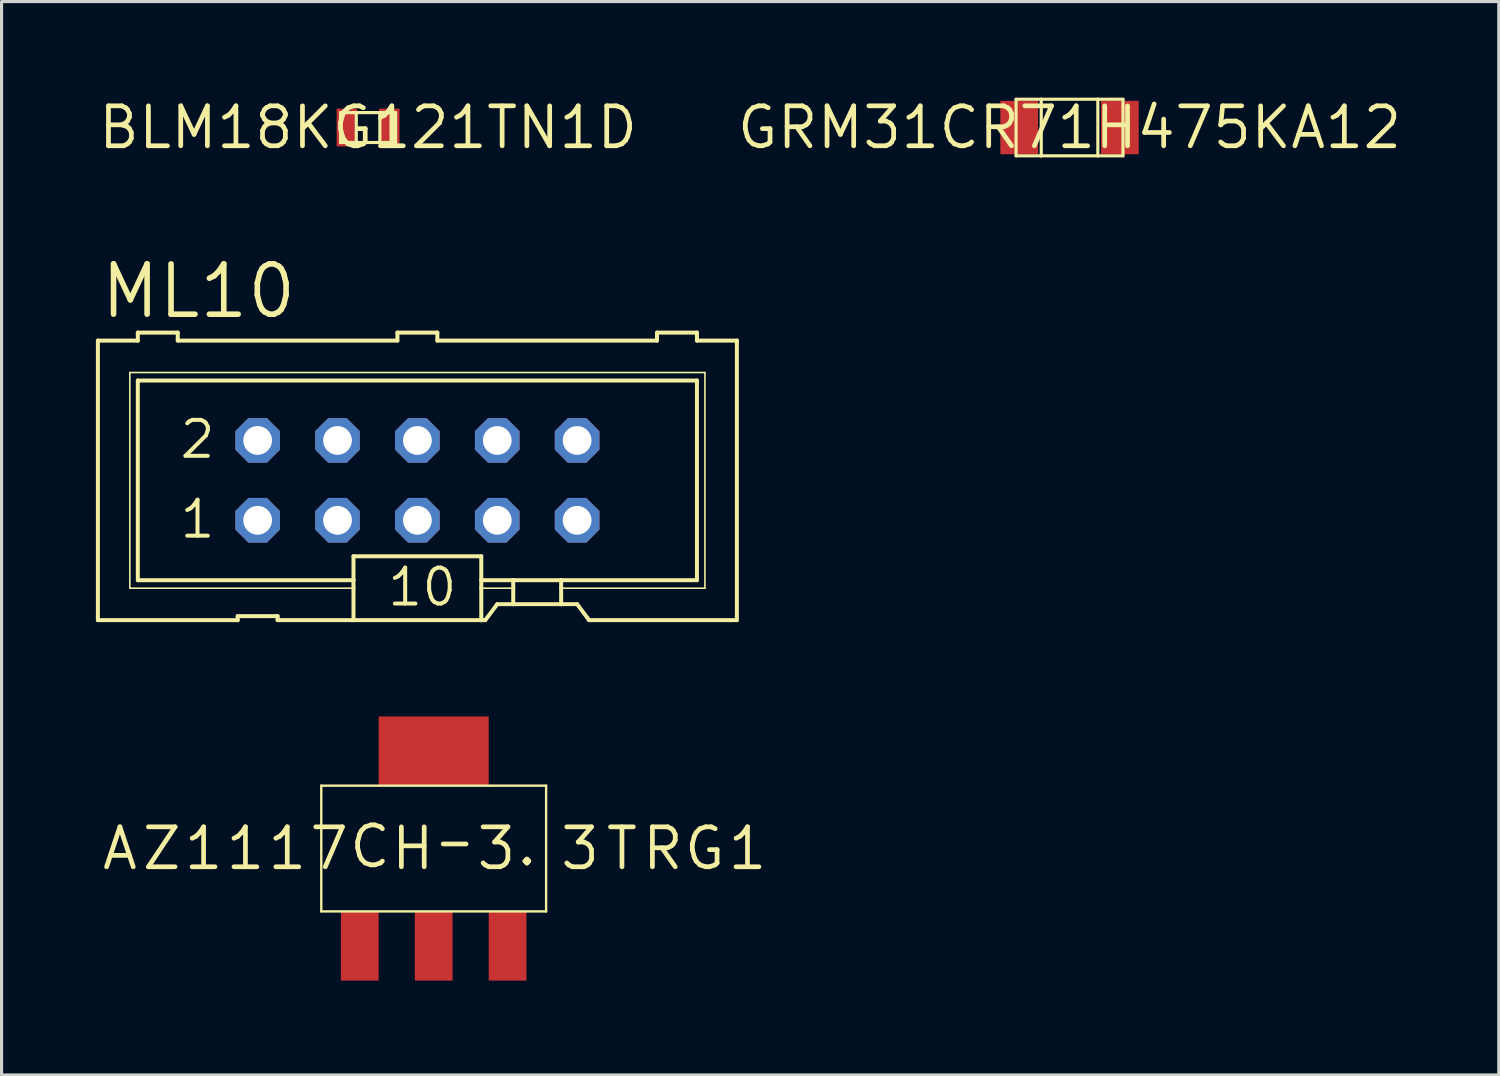
<source format=kicad_pcb>
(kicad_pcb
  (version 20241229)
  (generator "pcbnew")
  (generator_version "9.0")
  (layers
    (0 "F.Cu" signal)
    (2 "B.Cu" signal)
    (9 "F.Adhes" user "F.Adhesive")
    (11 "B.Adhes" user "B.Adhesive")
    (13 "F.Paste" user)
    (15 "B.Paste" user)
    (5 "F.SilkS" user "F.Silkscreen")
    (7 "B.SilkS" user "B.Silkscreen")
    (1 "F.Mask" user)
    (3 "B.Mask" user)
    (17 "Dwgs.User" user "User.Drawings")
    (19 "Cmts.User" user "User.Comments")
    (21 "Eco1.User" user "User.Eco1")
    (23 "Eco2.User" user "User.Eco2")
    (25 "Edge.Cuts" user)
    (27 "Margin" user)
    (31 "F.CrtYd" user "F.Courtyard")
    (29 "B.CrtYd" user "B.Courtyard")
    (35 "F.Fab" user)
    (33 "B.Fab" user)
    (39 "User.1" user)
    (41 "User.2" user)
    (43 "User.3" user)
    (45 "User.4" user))
  (footprint "ＡＺ１１１７ＣＨ－３．３ＴＲＧ１"
    (layer "F.Cu")
    (at 10.742 23.934)
    (property "Reference" "ＡＺ１１１７ＣＨ－３．３ＴＲＧ１" (at 0 0 0) (layer "F.SilkS") (effects (font (size 1.27 1.27) (thickness 0.15))))
    (fp_line (start -3.575 -2) (end 3.575 -2) (stroke (width 0.076) (type solid)) (layer "F.SilkS"))
    (fp_line (start -3.575 2) (end -3.575 -2) (stroke (width 0.076) (type solid)) (layer "F.SilkS"))
    (fp_line (start 3.575 -2) (end 3.575 2) (stroke (width 0.076) (type solid)) (layer "F.SilkS"))
    (fp_line (start 3.575 2) (end -3.575 2) (stroke (width 0.076) (type solid)) (layer "F.SilkS"))
    (pad "ADJ/GND" smd rect (at -2.35 3.1 90) (size 2.2 1.2) (layers "F.Cu" "F.Mask" "F.Paste"))
    (pad "INPUT" smd rect (at 2.35 3.1 90) (size 2.2 1.2) (layers "F.Cu" "F.Mask" "F.Paste"))
    (pad "OUTPUT" smd rect (at 0 3.1 90) (size 2.2 1.2) (layers "F.Cu" "F.Mask" "F.Paste"))
    (pad "VOUT" smd rect (at 0 -3.1) (size 3.5 2.2) (layers "F.Cu" "F.Mask" "F.Paste")))
  (footprint "ML10"
    (layer "F.Cu")
    (at 10.223 12.226)
    (property "Reference" "ML10" (at -10.16 -5.08 0) (layer "F.SilkS") (effects (font (size 1.6 1.6) (thickness 0.178)) (justify left bottom)))
    (fp_line (start -10.16 -4.445) (end -10.16 4.445) (stroke (width 0.127) (type solid)) (layer "F.SilkS"))
    (fp_line (start -10.16 -4.445) (end -8.89 -4.445) (stroke (width 0.127) (type solid)) (layer "F.SilkS"))
    (fp_line (start -9.144 -3.429) (end -9.144 3.429) (stroke (width 0.051) (type solid)) (layer "F.SilkS"))
    (fp_line (start -9.144 3.429) (end -2.032 3.429) (stroke (width 0.051) (type solid)) (layer "F.SilkS"))
    (fp_line (start -8.89 -4.699) (end -8.89 -4.445) (stroke (width 0.127) (type solid)) (layer "F.SilkS"))
    (fp_line (start -8.89 -3.175) (end -8.89 3.175) (stroke (width 0.127) (type solid)) (layer "F.SilkS"))
    (fp_line (start -8.89 -3.175) (end 8.89 -3.175) (stroke (width 0.127) (type solid)) (layer "F.SilkS"))
    (fp_line (start -7.62 -4.699) (end -8.89 -4.699) (stroke (width 0.127) (type solid)) (layer "F.SilkS"))
    (fp_line (start -7.62 -4.699) (end -7.62 -4.445) (stroke (width 0.127) (type solid)) (layer "F.SilkS"))
    (fp_line (start -7.62 -4.445) (end -0.635 -4.445) (stroke (width 0.127) (type solid)) (layer "F.SilkS"))
    (fp_line (start -5.715 4.445) (end -10.16 4.445) (stroke (width 0.127) (type solid)) (layer "F.SilkS"))
    (fp_line (start -5.715 4.445) (end -5.715 4.318) (stroke (width 0.127) (type solid)) (layer "F.SilkS"))
    (fp_line (start -4.445 4.318) (end -5.715 4.318) (stroke (width 0.127) (type solid)) (layer "F.SilkS"))
    (fp_line (start -4.445 4.318) (end -4.445 4.445) (stroke (width 0.127) (type solid)) (layer "F.SilkS"))
    (fp_line (start -2.032 3.175) (end -8.89 3.175) (stroke (width 0.127) (type solid)) (layer "F.SilkS"))
    (fp_line (start -2.032 3.175) (end -2.032 2.413) (stroke (width 0.127) (type solid)) (layer "F.SilkS"))
    (fp_line (start -2.032 3.175) (end -2.032 3.429) (stroke (width 0.127) (type solid)) (layer "F.SilkS"))
    (fp_line (start -2.032 3.429) (end -2.032 4.445) (stroke (width 0.127) (type solid)) (layer "F.SilkS"))
    (fp_line (start -2.032 4.445) (end -4.445 4.445) (stroke (width 0.127) (type solid)) (layer "F.SilkS"))
    (fp_line (start -0.635 -4.699) (end -0.635 -4.445) (stroke (width 0.127) (type solid)) (layer "F.SilkS"))
    (fp_line (start 0.635 -4.699) (end -0.635 -4.699) (stroke (width 0.127) (type solid)) (layer "F.SilkS"))
    (fp_line (start 0.635 -4.699) (end 0.635 -4.445) (stroke (width 0.127) (type solid)) (layer "F.SilkS"))
    (fp_line (start 0.635 -4.445) (end 7.62 -4.445) (stroke (width 0.127) (type solid)) (layer "F.SilkS"))
    (fp_line (start 2.032 2.413) (end -2.032 2.413) (stroke (width 0.127) (type solid)) (layer "F.SilkS"))
    (fp_line (start 2.032 2.413) (end 2.032 3.175) (stroke (width 0.127) (type solid)) (layer "F.SilkS"))
    (fp_line (start 2.032 3.175) (end 2.032 3.429) (stroke (width 0.127) (type solid)) (layer "F.SilkS"))
    (fp_line (start 2.032 3.429) (end 2.032 4.445) (stroke (width 0.127) (type solid)) (layer "F.SilkS"))
    (fp_line (start 2.032 4.445) (end -2.032 4.445) (stroke (width 0.127) (type solid)) (layer "F.SilkS"))
    (fp_line (start 2.159 4.445) (end 2.032 4.445) (stroke (width 0.127) (type solid)) (layer "F.SilkS"))
    (fp_line (start 2.159 4.445) (end 2.54 3.937) (stroke (width 0.127) (type solid)) (layer "F.SilkS"))
    (fp_line (start 3.048 3.175) (end 2.032 3.175) (stroke (width 0.127) (type solid)) (layer "F.SilkS"))
    (fp_line (start 3.048 3.175) (end 3.048 3.429) (stroke (width 0.127) (type solid)) (layer "F.SilkS"))
    (fp_line (start 3.048 3.429) (end 2.032 3.429) (stroke (width 0.051) (type solid)) (layer "F.SilkS"))
    (fp_line (start 3.048 3.429) (end 3.048 3.937) (stroke (width 0.127) (type solid)) (layer "F.SilkS"))
    (fp_line (start 3.048 3.937) (end 2.54 3.937) (stroke (width 0.127) (type solid)) (layer "F.SilkS"))
    (fp_line (start 4.572 3.175) (end 3.048 3.175) (stroke (width 0.127) (type solid)) (layer "F.SilkS"))
    (fp_line (start 4.572 3.175) (end 4.572 3.429) (stroke (width 0.127) (type solid)) (layer "F.SilkS"))
    (fp_line (start 4.572 3.429) (end 4.572 3.937) (stroke (width 0.127) (type solid)) (layer "F.SilkS"))
    (fp_line (start 4.572 3.429) (end 9.144 3.429) (stroke (width 0.051) (type solid)) (layer "F.SilkS"))
    (fp_line (start 4.572 3.937) (end 3.048 3.937) (stroke (width 0.127) (type solid)) (layer "F.SilkS"))
    (fp_line (start 5.08 3.937) (end 4.572 3.937) (stroke (width 0.127) (type solid)) (layer "F.SilkS"))
    (fp_line (start 5.08 3.937) (end 5.461 4.445) (stroke (width 0.127) (type solid)) (layer "F.SilkS"))
    (fp_line (start 7.62 -4.445) (end 7.62 -4.699) (stroke (width 0.127) (type solid)) (layer "F.SilkS"))
    (fp_line (start 8.89 -4.699) (end 7.62 -4.699) (stroke (width 0.127) (type solid)) (layer "F.SilkS"))
    (fp_line (start 8.89 -4.445) (end 8.89 -4.699) (stroke (width 0.127) (type solid)) (layer "F.SilkS"))
    (fp_line (start 8.89 -4.445) (end 10.16 -4.445) (stroke (width 0.127) (type solid)) (layer "F.SilkS"))
    (fp_line (start 8.89 3.175) (end 4.572 3.175) (stroke (width 0.127) (type solid)) (layer "F.SilkS"))
    (fp_line (start 8.89 3.175) (end 8.89 -3.175) (stroke (width 0.127) (type solid)) (layer "F.SilkS"))
    (fp_line (start 9.144 -3.429) (end -9.144 -3.429) (stroke (width 0.051) (type solid)) (layer "F.SilkS"))
    (fp_line (start 9.144 3.429) (end 9.144 -3.429) (stroke (width 0.051) (type solid)) (layer "F.SilkS"))
    (fp_line (start 10.16 4.445) (end 5.461 4.445) (stroke (width 0.127) (type solid)) (layer "F.SilkS"))
    (fp_line (start 10.16 4.445) (end 10.16 -4.445) (stroke (width 0.127) (type solid)) (layer "F.SilkS"))
    (fp_poly (pts (xy -5.334 -1.016) (xy -4.826 -1.016) (xy -4.826 -1.524) (xy -5.334 -1.524)) (stroke (width 0.1) (type default)) (fill no) (layer "F.Fab"))
    (fp_poly (pts (xy -5.334 1.524) (xy -4.826 1.524) (xy -4.826 1.016) (xy -5.334 1.016)) (stroke (width 0.1) (type default)) (fill no) (layer "F.Fab"))
    (fp_poly (pts (xy -2.794 -1.016) (xy -2.286 -1.016) (xy -2.286 -1.524) (xy -2.794 -1.524)) (stroke (width 0.1) (type default)) (fill no) (layer "F.Fab"))
    (fp_poly (pts (xy -2.794 1.524) (xy -2.286 1.524) (xy -2.286 1.016) (xy -2.794 1.016)) (stroke (width 0.1) (type default)) (fill no) (layer "F.Fab"))
    (fp_poly (pts (xy -0.254 -1.016) (xy 0.254 -1.016) (xy 0.254 -1.524) (xy -0.254 -1.524)) (stroke (width 0.1) (type default)) (fill no) (layer "F.Fab"))
    (fp_poly (pts (xy -0.254 1.524) (xy 0.254 1.524) (xy 0.254 1.016) (xy -0.254 1.016)) (stroke (width 0.1) (type default)) (fill no) (layer "F.Fab"))
    (fp_poly (pts (xy 2.286 -1.016) (xy 2.794 -1.016) (xy 2.794 -1.524) (xy 2.286 -1.524)) (stroke (width 0.1) (type default)) (fill no) (layer "F.Fab"))
    (fp_poly (pts (xy 2.286 1.524) (xy 2.794 1.524) (xy 2.794 1.016) (xy 2.286 1.016)) (stroke (width 0.1) (type default)) (fill no) (layer "F.Fab"))
    (fp_poly (pts (xy 4.826 -1.016) (xy 5.334 -1.016) (xy 5.334 -1.524) (xy 4.826 -1.524)) (stroke (width 0.1) (type default)) (fill no) (layer "F.Fab"))
    (fp_poly (pts (xy 4.826 1.524) (xy 5.334 1.524) (xy 5.334 1.016) (xy 4.826 1.016)) (stroke (width 0.1) (type default)) (fill no) (layer "F.Fab"))
    (fp_text user "10" (at -1.016 4.064 0) (layer "F.SilkS") (effects (font (size 1.143 1.143) (thickness 0.127)) (justify left bottom)))
    (fp_text user "2" (at -7.62 -0.635 0) (layer "F.SilkS") (effects (font (size 1.143 1.143) (thickness 0.127)) (justify left bottom)))
    (fp_text user "1" (at -7.62 1.905 0) (layer "F.SilkS") (effects (font (size 1.143 1.143) (thickness 0.127)) (justify left bottom)))
    (pad "1" thru_hole roundrect (at -5.08 1.27) (size 1.422 1.422) (drill 0.914) (layers "*.Cu" "*.Mask") (roundrect_rratio 0.25) (chamfer_ratio 0.293) (chamfer top_left top_right bottom_left bottom_right))
    (pad "2" thru_hole roundrect (at -5.08 -1.27) (size 1.422 1.422) (drill 0.914) (layers "*.Cu" "*.Mask") (roundrect_rratio 0.25) (chamfer_ratio 0.293) (chamfer top_left top_right bottom_left bottom_right))
    (pad "3" thru_hole roundrect (at -2.54 1.27) (size 1.422 1.422) (drill 0.914) (layers "*.Cu" "*.Mask") (roundrect_rratio 0.25) (chamfer_ratio 0.293) (chamfer top_left top_right bottom_left bottom_right))
    (pad "4" thru_hole roundrect (at -2.54 -1.27) (size 1.422 1.422) (drill 0.914) (layers "*.Cu" "*.Mask") (roundrect_rratio 0.25) (chamfer_ratio 0.293) (chamfer top_left top_right bottom_left bottom_right))
    (pad "5" thru_hole roundrect (at 0 1.27) (size 1.422 1.422) (drill 0.914) (layers "*.Cu" "*.Mask") (roundrect_rratio 0.25) (chamfer_ratio 0.293) (chamfer top_left top_right bottom_left bottom_right))
    (pad "6" thru_hole roundrect (at 0 -1.27) (size 1.422 1.422) (drill 0.914) (layers "*.Cu" "*.Mask") (roundrect_rratio 0.25) (chamfer_ratio 0.293) (chamfer top_left top_right bottom_left bottom_right))
    (pad "7" thru_hole roundrect (at 2.54 1.27) (size 1.422 1.422) (drill 0.914) (layers "*.Cu" "*.Mask") (roundrect_rratio 0.25) (chamfer_ratio 0.293) (chamfer top_left top_right bottom_left bottom_right))
    (pad "8" thru_hole roundrect (at 2.54 -1.27) (size 1.422 1.422) (drill 0.914) (layers "*.Cu" "*.Mask") (roundrect_rratio 0.25) (chamfer_ratio 0.293) (chamfer top_left top_right bottom_left bottom_right))
    (pad "9" thru_hole roundrect (at 5.08 1.27) (size 1.422 1.422) (drill 0.914) (layers "*.Cu" "*.Mask") (roundrect_rratio 0.25) (chamfer_ratio 0.293) (chamfer top_left top_right bottom_left bottom_right))
    (pad "10" thru_hole roundrect (at 5.08 -1.27) (size 1.422 1.422) (drill 0.914) (layers "*.Cu" "*.Mask") (roundrect_rratio 0.25) (chamfer_ratio 0.293) (chamfer top_left top_right bottom_left bottom_right)))
  (footprint "BLM18KG121TN1D"
    (layer "F.Cu")
    (at 8.655 1.006)
    (property "Reference" "BLM18KG121TN1D" (at 0 0 0) (layer "F.SilkS") (effects (font (size 1.27 1.27) (thickness 0.15))))
    (fp_line (start -0.875 -0.475) (end -0.875 0.475) (stroke (width 0.1) (type solid)) (layer "F.SilkS"))
    (fp_line (start -0.875 0.475) (end -0.375 0.475) (stroke (width 0.1) (type solid)) (layer "F.SilkS"))
    (fp_line (start -0.375 -0.475) (end -0.875 -0.475) (stroke (width 0.1) (type solid)) (layer "F.SilkS"))
    (fp_line (start -0.375 0.475) (end -0.375 -0.475) (stroke (width 0.1) (type solid)) (layer "F.SilkS"))
    (fp_line (start -0.375 0.475) (end 0.375 0.475) (stroke (width 0.1) (type solid)) (layer "F.SilkS"))
    (fp_line (start 0.375 -0.475) (end -0.375 -0.475) (stroke (width 0.1) (type solid)) (layer "F.SilkS"))
    (fp_line (start 0.375 -0.475) (end 0.375 0.475) (stroke (width 0.1) (type solid)) (layer "F.SilkS"))
    (fp_line (start 0.375 0.475) (end 0.875 0.475) (stroke (width 0.1) (type solid)) (layer "F.SilkS"))
    (fp_line (start 0.875 -0.475) (end 0.375 -0.475) (stroke (width 0.1) (type solid)) (layer "F.SilkS"))
    (fp_line (start 0.875 0.475) (end 0.875 -0.475) (stroke (width 0.1) (type solid)) (layer "F.SilkS"))
    (pad "1" smd rect (at -0.675 0) (size 0.65 1.2) (layers "F.Cu" "F.Mask" "F.Paste"))
    (pad "2" smd rect (at 0.675 0) (size 0.65 1.2) (layers "F.Cu" "F.Mask" "F.Paste")))
  (footprint "GRM31CR71H475KA12"
    (layer "F.Cu")
    (at 30.962 1.006)
    (property "Reference" "GRM31CR71H475KA12" (at 0 0 0) (layer "F.SilkS") (effects (font (size 1.27 1.27) (thickness 0.15))))
    (fp_line (start -1.7 -0.9) (end -1.7 0.9) (stroke (width 0.1) (type solid)) (layer "F.SilkS"))
    (fp_line (start -1.7 0.9) (end -0.9 0.9) (stroke (width 0.1) (type solid)) (layer "F.SilkS"))
    (fp_line (start -0.9 -0.9) (end -1.7 -0.9) (stroke (width 0.1) (type solid)) (layer "F.SilkS"))
    (fp_line (start -0.9 -0.9) (end -0.9 0.9) (stroke (width 0.1) (type solid)) (layer "F.SilkS"))
    (fp_line (start -0.9 0.9) (end 0.9 0.9) (stroke (width 0.1) (type solid)) (layer "F.SilkS"))
    (fp_line (start 0.9 -0.9) (end -0.9 -0.9) (stroke (width 0.1) (type solid)) (layer "F.SilkS"))
    (fp_line (start 0.9 0.9) (end 0.9 -0.9) (stroke (width 0.1) (type solid)) (layer "F.SilkS"))
    (fp_line (start 0.9 0.9) (end 1.7 0.9) (stroke (width 0.1) (type solid)) (layer "F.SilkS"))
    (fp_line (start 1.7 -0.9) (end 0.9 -0.9) (stroke (width 0.1) (type solid)) (layer "F.SilkS"))
    (fp_line (start 1.7 0.9) (end 1.7 -0.9) (stroke (width 0.1) (type solid)) (layer "F.SilkS"))
    (pad "1" smd rect (at -1.6 0) (size 1.2 1.7) (layers "F.Cu" "F.Mask" "F.Paste"))
    (pad "2" smd rect (at 1.6 0) (size 1.2 1.7) (layers "F.Cu" "F.Mask" "F.Paste")))
  (gr_rect
    (start -3 -3)
    (end 44.613 31.134)
    (stroke (width 0.1) (type default))
    (fill no)
    (layer "Edge.Cuts")))
</source>
